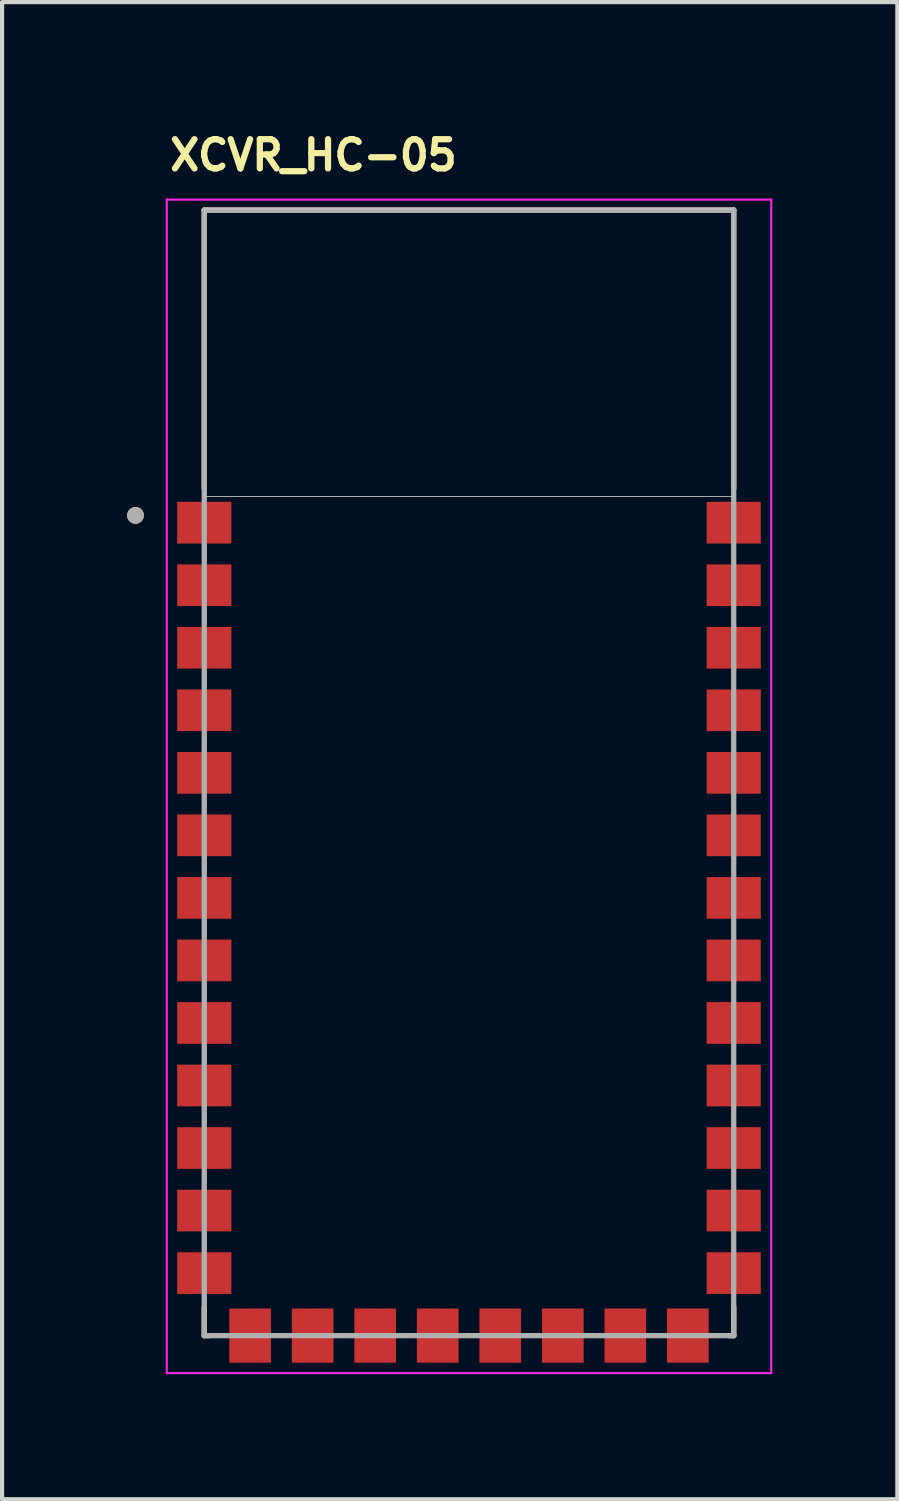
<source format=kicad_pcb>
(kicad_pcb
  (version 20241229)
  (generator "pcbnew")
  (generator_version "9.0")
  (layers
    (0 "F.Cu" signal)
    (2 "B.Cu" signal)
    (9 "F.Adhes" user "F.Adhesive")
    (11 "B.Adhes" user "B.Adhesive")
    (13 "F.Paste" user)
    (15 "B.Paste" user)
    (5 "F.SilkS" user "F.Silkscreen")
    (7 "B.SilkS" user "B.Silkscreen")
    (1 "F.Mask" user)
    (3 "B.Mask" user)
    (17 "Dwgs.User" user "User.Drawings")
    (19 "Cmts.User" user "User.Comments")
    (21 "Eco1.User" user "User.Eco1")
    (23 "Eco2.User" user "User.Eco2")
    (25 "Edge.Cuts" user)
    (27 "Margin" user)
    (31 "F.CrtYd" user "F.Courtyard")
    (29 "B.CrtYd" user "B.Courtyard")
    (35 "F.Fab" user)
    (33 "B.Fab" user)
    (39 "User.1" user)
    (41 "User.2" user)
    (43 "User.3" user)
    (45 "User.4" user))
  (footprint "XCVR_HC-05"
    (layer "F.Cu")
    (at 8.2 15.813)
    (property "Reference" "XCVR_HC-05" (at -3.732 -15.14 0) (layer "F.SilkS") (effects (font (size 0.701 0.701) (thickness 0.15))))
    (attr through_hole)
    (fp_line (start -6.35 -13.825) (end 6.35 -13.825) (stroke (width 0.127) (type solid)) (layer "F.SilkS"))
    (fp_line (start -6.35 -7.145) (end -6.35 -13.825) (stroke (width 0.127) (type solid)) (layer "F.SilkS"))
    (fp_line (start -6.35 12.495) (end -6.35 13.175) (stroke (width 0.127) (type solid)) (layer "F.SilkS"))
    (fp_line (start -6.35 13.175) (end -6.22 13.175) (stroke (width 0.127) (type solid)) (layer "F.SilkS"))
    (fp_line (start 6.22 13.175) (end 6.35 13.175) (stroke (width 0.127) (type solid)) (layer "F.SilkS"))
    (fp_line (start 6.35 -13.825) (end 6.35 -7.145) (stroke (width 0.127) (type solid)) (layer "F.SilkS"))
    (fp_line (start 6.35 13.175) (end 6.35 12.495) (stroke (width 0.127) (type solid)) (layer "F.SilkS"))
    (fp_circle (center -8 -6.5) (end -7.9 -6.5) (stroke (width 0.2) (type solid)) (fill no) (layer "F.SilkS"))
    (fp_poly (pts (xy -6.35 -13.85) (xy 6.35 -13.85) (xy 6.35 -6.95) (xy -6.35 -6.95)) (stroke (width 0.01) (type solid)) (fill no) (layer "Dwgs.User"))
    (fp_poly (pts (xy -6.35 -13.85) (xy 6.35 -13.85) (xy 6.35 -6.95) (xy -6.35 -6.95)) (stroke (width 0.01) (type solid)) (fill no) (layer "Dwgs.User"))
    (fp_poly (pts (xy -6.35 -13.85) (xy 6.35 -13.85) (xy 6.35 -6.95) (xy -6.35 -6.95)) (stroke (width 0.01) (type solid)) (fill no) (layer "Dwgs.User"))
    (fp_line (start -7.25 -14.075) (end 7.25 -14.075) (stroke (width 0.05) (type solid)) (layer "F.CrtYd"))
    (fp_line (start -7.25 14.075) (end -7.25 -14.075) (stroke (width 0.05) (type solid)) (layer "F.CrtYd"))
    (fp_line (start 7.25 -14.075) (end 7.25 14.075) (stroke (width 0.05) (type solid)) (layer "F.CrtYd"))
    (fp_line (start 7.25 14.075) (end -7.25 14.075) (stroke (width 0.05) (type solid)) (layer "F.CrtYd"))
    (fp_line (start -6.35 -13.825) (end 6.35 -13.825) (stroke (width 0.127) (type solid)) (layer "F.Fab"))
    (fp_line (start -6.35 13.175) (end -6.35 -13.825) (stroke (width 0.127) (type solid)) (layer "F.Fab"))
    (fp_line (start 6.35 -13.825) (end 6.35 13.175) (stroke (width 0.127) (type solid)) (layer "F.Fab"))
    (fp_line (start 6.35 13.175) (end -6.35 13.175) (stroke (width 0.127) (type solid)) (layer "F.Fab"))
    (fp_circle (center -8 -6.5) (end -7.9 -6.5) (stroke (width 0.2) (type solid)) (fill no) (layer "F.Fab"))
    (pad "1" smd rect (at -6.35 -6.325) (size 1.3 1) (layers "F.Cu" "F.Mask" "F.Paste"))
    (pad "2" smd rect (at -6.35 -4.825) (size 1.3 1) (layers "F.Cu" "F.Mask" "F.Paste"))
    (pad "3" smd rect (at -6.35 -3.325) (size 1.3 1) (layers "F.Cu" "F.Mask" "F.Paste"))
    (pad "4" smd rect (at -6.35 -1.825) (size 1.3 1) (layers "F.Cu" "F.Mask" "F.Paste"))
    (pad "5" smd rect (at -6.35 -0.325) (size 1.3 1) (layers "F.Cu" "F.Mask" "F.Paste"))
    (pad "6" smd rect (at -6.35 1.175) (size 1.3 1) (layers "F.Cu" "F.Mask" "F.Paste"))
    (pad "7" smd rect (at -6.35 2.675) (size 1.3 1) (layers "F.Cu" "F.Mask" "F.Paste"))
    (pad "8" smd rect (at -6.35 4.175) (size 1.3 1) (layers "F.Cu" "F.Mask" "F.Paste"))
    (pad "9" smd rect (at -6.35 5.675) (size 1.3 1) (layers "F.Cu" "F.Mask" "F.Paste"))
    (pad "10" smd rect (at -6.35 7.175) (size 1.3 1) (layers "F.Cu" "F.Mask" "F.Paste"))
    (pad "11" smd rect (at -6.35 8.675) (size 1.3 1) (layers "F.Cu" "F.Mask" "F.Paste"))
    (pad "12" smd rect (at -6.35 10.175) (size 1.3 1) (layers "F.Cu" "F.Mask" "F.Paste"))
    (pad "13" smd rect (at -6.35 11.675) (size 1.3 1) (layers "F.Cu" "F.Mask" "F.Paste"))
    (pad "14" smd rect (at -5.25 13.175 90) (size 1.3 1) (layers "F.Cu" "F.Mask" "F.Paste"))
    (pad "15" smd rect (at -3.75 13.175 90) (size 1.3 1) (layers "F.Cu" "F.Mask" "F.Paste"))
    (pad "16" smd rect (at -2.25 13.175 90) (size 1.3 1) (layers "F.Cu" "F.Mask" "F.Paste"))
    (pad "17" smd rect (at -0.75 13.175 90) (size 1.3 1) (layers "F.Cu" "F.Mask" "F.Paste"))
    (pad "18" smd rect (at 0.75 13.175 90) (size 1.3 1) (layers "F.Cu" "F.Mask" "F.Paste"))
    (pad "19" smd rect (at 2.25 13.175 90) (size 1.3 1) (layers "F.Cu" "F.Mask" "F.Paste"))
    (pad "20" smd rect (at 3.75 13.175 90) (size 1.3 1) (layers "F.Cu" "F.Mask" "F.Paste"))
    (pad "21" smd rect (at 5.25 13.175 90) (size 1.3 1) (layers "F.Cu" "F.Mask" "F.Paste"))
    (pad "22" smd rect (at 6.35 11.675 180) (size 1.3 1) (layers "F.Cu" "F.Mask" "F.Paste"))
    (pad "23" smd rect (at 6.35 10.175 180) (size 1.3 1) (layers "F.Cu" "F.Mask" "F.Paste"))
    (pad "24" smd rect (at 6.35 8.675 180) (size 1.3 1) (layers "F.Cu" "F.Mask" "F.Paste"))
    (pad "25" smd rect (at 6.35 7.175 180) (size 1.3 1) (layers "F.Cu" "F.Mask" "F.Paste"))
    (pad "26" smd rect (at 6.35 5.675 180) (size 1.3 1) (layers "F.Cu" "F.Mask" "F.Paste"))
    (pad "27" smd rect (at 6.35 4.175 180) (size 1.3 1) (layers "F.Cu" "F.Mask" "F.Paste"))
    (pad "28" smd rect (at 6.35 2.675 180) (size 1.3 1) (layers "F.Cu" "F.Mask" "F.Paste"))
    (pad "29" smd rect (at 6.35 1.175 180) (size 1.3 1) (layers "F.Cu" "F.Mask" "F.Paste"))
    (pad "30" smd rect (at 6.35 -0.325 180) (size 1.3 1) (layers "F.Cu" "F.Mask" "F.Paste"))
    (pad "31" smd rect (at 6.35 -1.825 180) (size 1.3 1) (layers "F.Cu" "F.Mask" "F.Paste"))
    (pad "32" smd rect (at 6.35 -3.325 180) (size 1.3 1) (layers "F.Cu" "F.Mask" "F.Paste"))
    (pad "33" smd rect (at 6.35 -4.825 180) (size 1.3 1) (layers "F.Cu" "F.Mask" "F.Paste"))
    (pad "34" smd rect (at 6.35 -6.325 180) (size 1.3 1) (layers "F.Cu" "F.Mask" "F.Paste")))
  (gr_rect
    (start -3 -3)
    (end 18.475 32.913)
    (stroke (width 0.1) (type default))
    (fill no)
    (layer "Edge.Cuts")))
</source>
